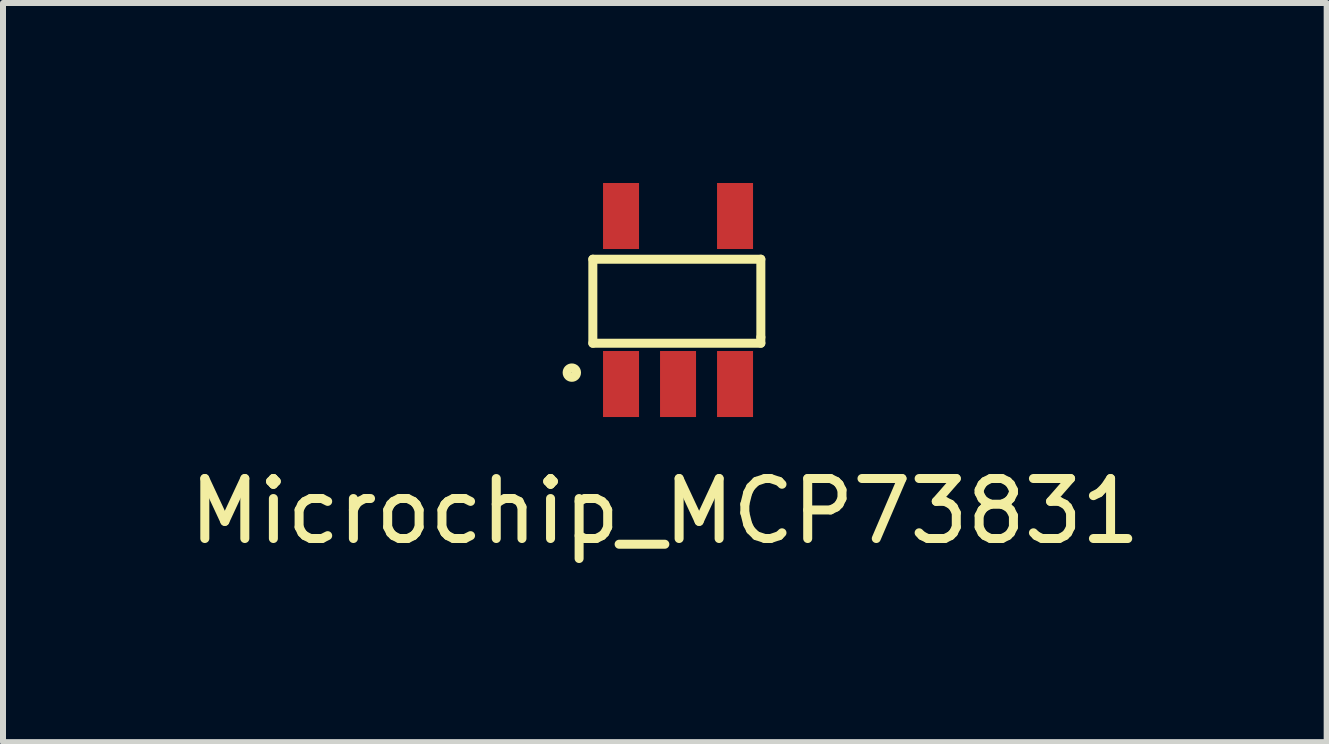
<source format=kicad_pcb>
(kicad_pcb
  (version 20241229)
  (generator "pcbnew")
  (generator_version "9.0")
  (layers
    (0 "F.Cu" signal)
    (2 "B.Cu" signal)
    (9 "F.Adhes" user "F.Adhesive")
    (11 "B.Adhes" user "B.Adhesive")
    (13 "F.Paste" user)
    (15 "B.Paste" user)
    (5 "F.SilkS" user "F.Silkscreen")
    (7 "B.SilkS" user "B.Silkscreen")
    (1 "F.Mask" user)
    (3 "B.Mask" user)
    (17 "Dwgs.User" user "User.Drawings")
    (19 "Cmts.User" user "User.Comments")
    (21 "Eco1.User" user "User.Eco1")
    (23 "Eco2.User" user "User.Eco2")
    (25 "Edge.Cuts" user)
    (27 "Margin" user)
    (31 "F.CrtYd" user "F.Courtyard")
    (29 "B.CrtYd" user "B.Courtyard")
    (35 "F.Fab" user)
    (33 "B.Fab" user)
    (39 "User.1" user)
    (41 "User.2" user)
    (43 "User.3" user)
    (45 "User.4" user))
  (footprint "Microchip_MCP73831"
    (layer "F.Cu")
    (at 8.23 1.97)
    (property "Reference" "Microchip_MCP73831" (at -0.2 3.5 0) (layer "F.SilkS") (effects (font (size 1 1) (thickness 0.15))))
    (attr through_hole)
    (fp_line (start -1.4 -0.7) (end 1.4 -0.7) (stroke (width 0.15) (type solid)) (layer "F.SilkS"))
    (fp_line (start -1.4 0.7) (end -1.4 -0.7) (stroke (width 0.15) (type solid)) (layer "F.SilkS"))
    (fp_line (start 1.4 -0.7) (end 1.4 0.6) (stroke (width 0.15) (type solid)) (layer "F.SilkS"))
    (fp_line (start 1.4 0.6) (end 1.4 0.7) (stroke (width 0.15) (type solid)) (layer "F.SilkS"))
    (fp_line (start 1.4 0.7) (end -1.4 0.7) (stroke (width 0.15) (type solid)) (layer "F.SilkS"))
    (fp_circle (center -1.75 1.19) (end -1.69 1.24) (stroke (width 0.15) (type solid)) (fill no) (layer "F.SilkS"))
    (pad "1" smd rect (at -0.93 1.38) (size 0.6 1.1) (layers "F.Cu" "F.Mask" "F.Paste"))
    (pad "2" smd rect (at 0.02 1.38) (size 0.6 1.1) (layers "F.Cu" "F.Mask" "F.Paste"))
    (pad "3" smd rect (at 0.97 1.38) (size 0.6 1.1) (layers "F.Cu" "F.Mask" "F.Paste"))
    (pad "4" smd rect (at 0.97 -1.42) (size 0.6 1.1) (layers "F.Cu" "F.Mask" "F.Paste"))
    (pad "5" smd rect (at -0.93 -1.42) (size 0.6 1.1) (layers "F.Cu" "F.Mask" "F.Paste")))
  (gr_rect
    (start -3 -3)
    (end 19.06 9.318)
    (stroke (width 0.1) (type default))
    (fill no)
    (layer "Edge.Cuts")))
</source>
